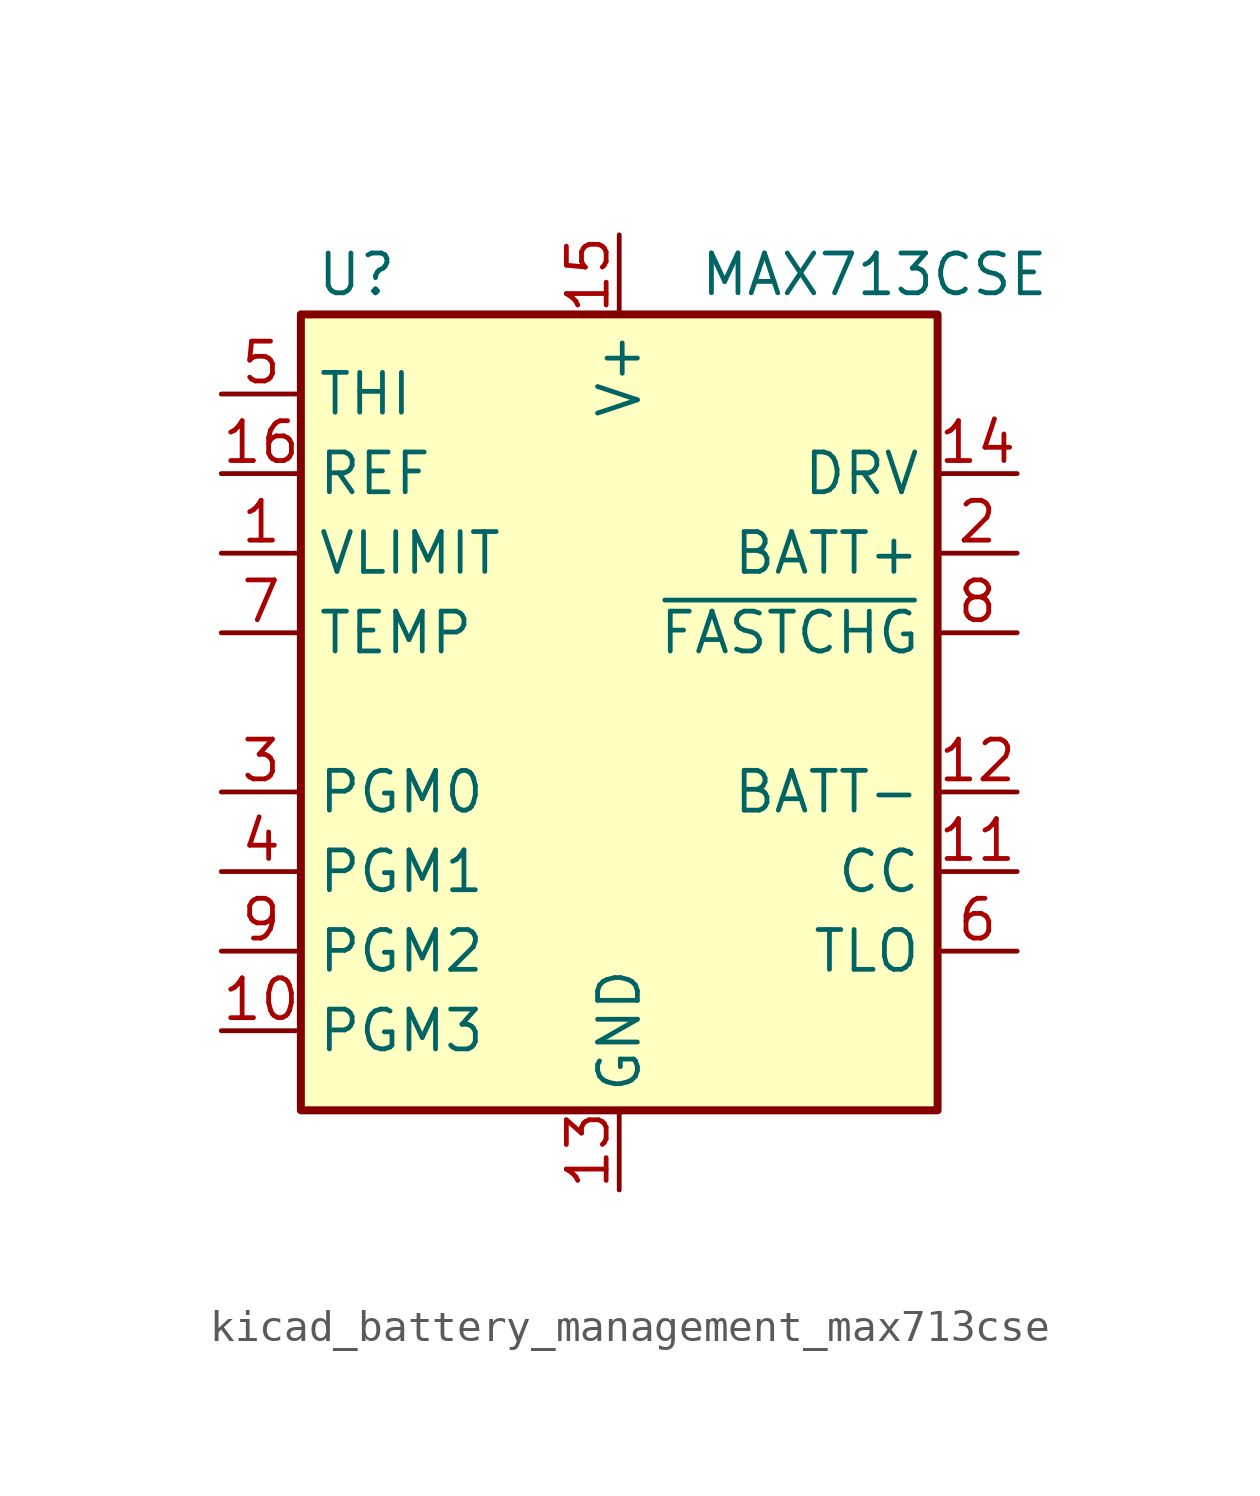
<source format=kicad_sym>
(kicad_symbol_lib
  (version 20220914)
  (generator kicad_symbol_editor)
  (symbol "kicad_battery_management_max713cse"
    (property "Reference" "U"
      (at -8.382 13.97 0)
      (effects (font (size 1.27 1.27))))
    (property "Value" "MAX713CSE"
      (at 2.54 13.97 0)
      (effects (font (size 1.27 1.27)) (justify left)))
    (symbol "kicad_battery_management_max713cse_0_1"
      (rectangle (start -10.16 12.7) (end 10.16 -12.7) (stroke (width 0.254) (type default)) (fill (type background))))
    (symbol "kicad_battery_management_max713cse_1_1"
      (pin input line (at -12.7 5.08 0) (length 2.54) (name "VLIMIT" (effects (font (size 1.27 1.27)))) (number "1" (effects (font (size 1.27 1.27)))))
      (pin input line (at -12.7 -10.16 0) (length 2.54) (name "PGM3" (effects (font (size 1.27 1.27)))) (number "10" (effects (font (size 1.27 1.27)))))
      (pin input line (at 12.7 -5.08 180) (length 2.54) (name "CC" (effects (font (size 1.27 1.27)))) (number "11" (effects (font (size 1.27 1.27)))))
      (pin input line (at 12.7 -2.54 180) (length 2.54) (name "BATT-" (effects (font (size 1.27 1.27)))) (number "12" (effects (font (size 1.27 1.27)))))
      (pin power_in line (at 0 -15.24 90) (length 2.54) (name "GND" (effects (font (size 1.27 1.27)))) (number "13" (effects (font (size 1.27 1.27)))))
      (pin output line (at 12.7 7.62 180) (length 2.54) (name "DRV" (effects (font (size 1.27 1.27)))) (number "14" (effects (font (size 1.27 1.27)))))
      (pin power_in line (at 0 15.24 270) (length 2.54) (name "V+" (effects (font (size 1.27 1.27)))) (number "15" (effects (font (size 1.27 1.27)))))
      (pin power_in line (at -12.7 7.62 0) (length 2.54) (name "REF" (effects (font (size 1.27 1.27)))) (number "16" (effects (font (size 1.27 1.27)))))
      (pin power_out line (at 12.7 5.08 180) (length 2.54) (name "BATT+" (effects (font (size 1.27 1.27)))) (number "2" (effects (font (size 1.27 1.27)))))
      (pin power_out line (at -12.7 -2.54 0) (length 2.54) (name "PGM0" (effects (font (size 1.27 1.27)))) (number "3" (effects (font (size 1.27 1.27)))))
      (pin power_out line (at -12.7 -5.08 0) (length 2.54) (name "PGM1" (effects (font (size 1.27 1.27)))) (number "4" (effects (font (size 1.27 1.27)))))
      (pin input line (at -12.7 10.16 0) (length 2.54) (name "THI" (effects (font (size 1.27 1.27)))) (number "5" (effects (font (size 1.27 1.27)))))
      (pin input line (at 12.7 -7.62 180) (length 2.54) (name "TLO" (effects (font (size 1.27 1.27)))) (number "6" (effects (font (size 1.27 1.27)))))
      (pin input line (at -12.7 2.54 0) (length 2.54) (name "TEMP" (effects (font (size 1.27 1.27)))) (number "7" (effects (font (size 1.27 1.27)))))
      (pin open_collector line (at 12.7 2.54 180) (length 2.54) (name "~{FASTCHG}" (effects (font (size 1.27 1.27)))) (number "8" (effects (font (size 1.27 1.27)))))
      (pin input line (at -12.7 -7.62 0) (length 2.54) (name "PGM2" (effects (font (size 1.27 1.27)))) (number "9" (effects (font (size 1.27 1.27))))))))
</source>
